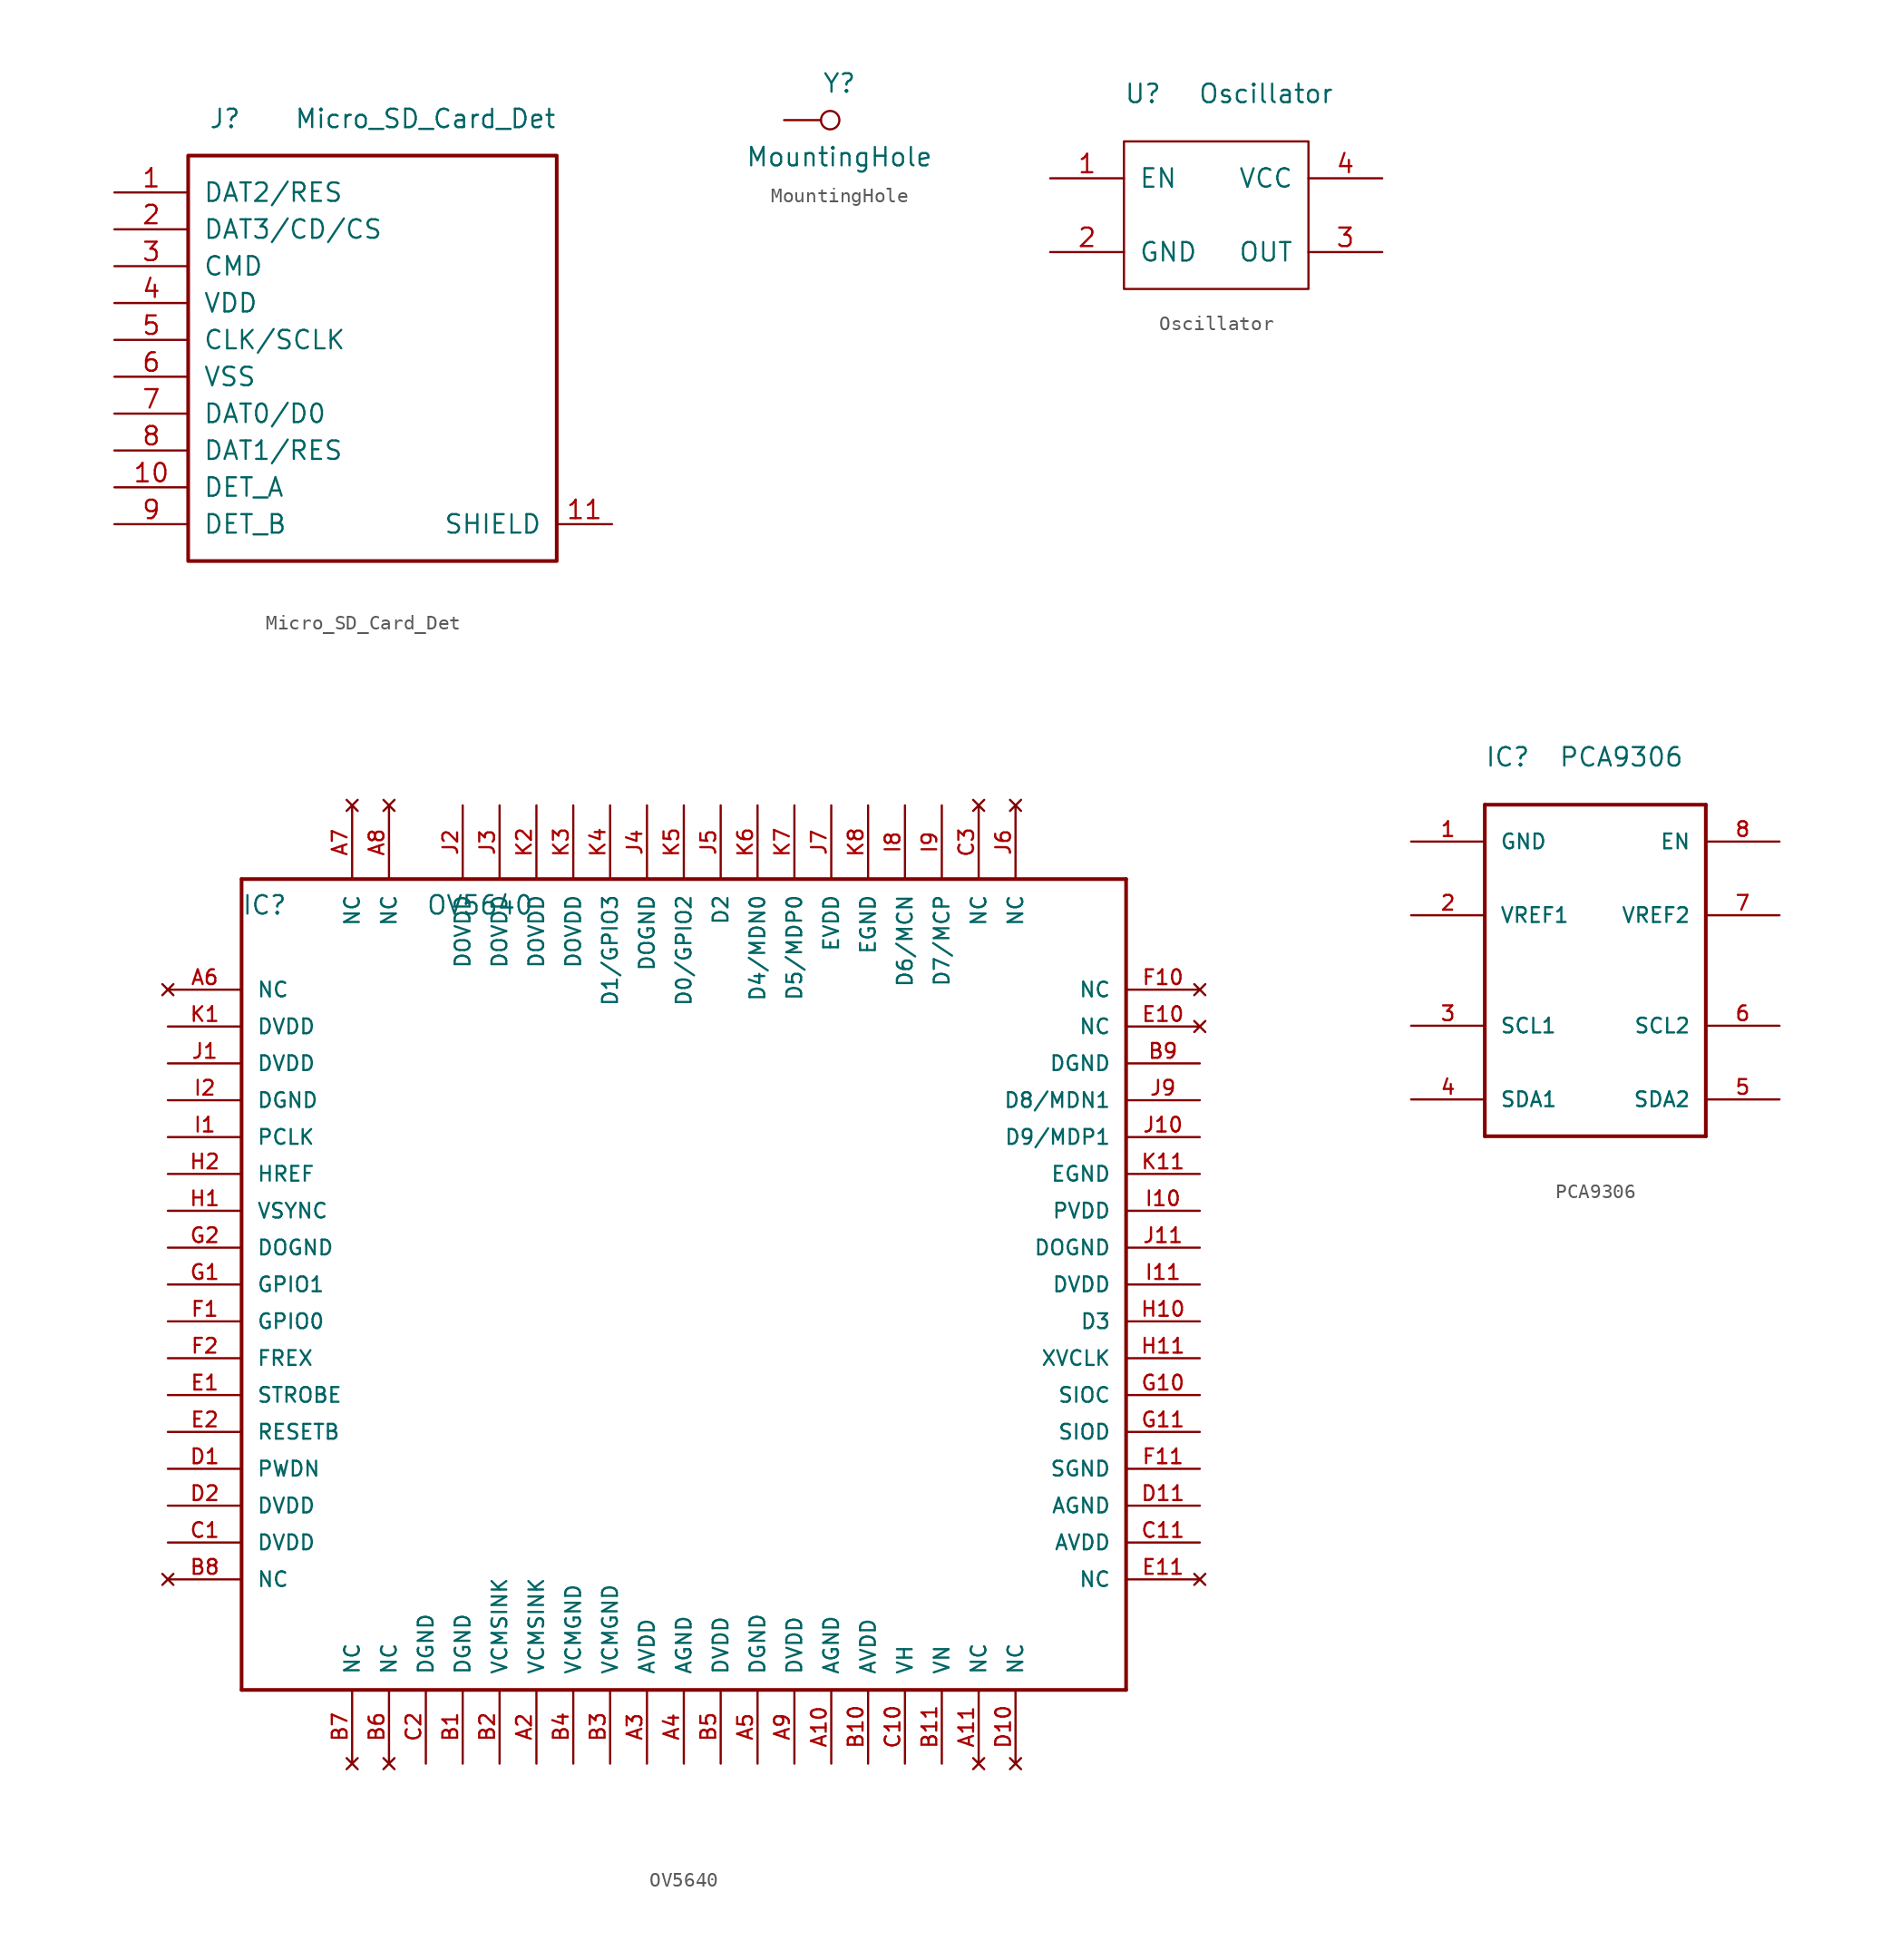
<source format=kicad_sym>
(kicad_symbol_lib
  (version 20220914)
  (generator kicad_symbol_editor)
  (symbol "Micro_SD_Card_Det"
    (pin_names
      (offset 1.016))
    (property "Reference" "J"
      (at 2.54 2.54 0)
      (effects (font (size 1.27 1.27))))
    (property "Value" "Micro_SD_Card_Det"
      (at 25.4 2.54 0)
      (effects (font (size 1.27 1.27)) (justify right)))
    (symbol "Micro_SD_Card_Det_0_1"
      (polyline (pts (xy 25.4 -27.94) (xy 25.4 0) (xy 0 0) (xy 0 -27.94) (xy 25.4 -27.94)) (stroke (width 0.254) (type solid)) (fill (type none))))
    (symbol "Micro_SD_Card_Det_1_1"
      (pin bidirectional line (at -5.08 -2.54 0) (length 5.08) (name "DAT2/RES" (effects (font (size 1.27 1.27)))) (number "1" (effects (font (size 1.27 1.27)))))
      (pin passive line (at -5.08 -22.86 0) (length 5.08) (name "DET_A" (effects (font (size 1.27 1.27)))) (number "10" (effects (font (size 1.27 1.27)))))
      (pin passive line (at 29.21 -25.4 180) (length 3.81) (name "SHIELD" (effects (font (size 1.27 1.27)))) (number "11" (effects (font (size 1.27 1.27)))))
      (pin bidirectional line (at -5.08 -5.08 0) (length 5.08) (name "DAT3/CD/CS" (effects (font (size 1.27 1.27)))) (number "2" (effects (font (size 1.27 1.27)))))
      (pin input line (at -5.08 -7.62 0) (length 5.08) (name "CMD" (effects (font (size 1.27 1.27)))) (number "3" (effects (font (size 1.27 1.27)))))
      (pin power_in line (at -5.08 -10.16 0) (length 5.08) (name "VDD" (effects (font (size 1.27 1.27)))) (number "4" (effects (font (size 1.27 1.27)))))
      (pin input line (at -5.08 -12.7 0) (length 5.08) (name "CLK/SCLK" (effects (font (size 1.27 1.27)))) (number "5" (effects (font (size 1.27 1.27)))))
      (pin power_in line (at -5.08 -15.24 0) (length 5.08) (name "VSS" (effects (font (size 1.27 1.27)))) (number "6" (effects (font (size 1.27 1.27)))))
      (pin bidirectional line (at -5.08 -17.78 0) (length 5.08) (name "DAT0/D0" (effects (font (size 1.27 1.27)))) (number "7" (effects (font (size 1.27 1.27)))))
      (pin bidirectional line (at -5.08 -20.32 0) (length 5.08) (name "DAT1/RES" (effects (font (size 1.27 1.27)))) (number "8" (effects (font (size 1.27 1.27)))))
      (pin passive line (at -5.08 -25.4 0) (length 5.08) (name "DET_B" (effects (font (size 1.27 1.27)))) (number "9" (effects (font (size 1.27 1.27)))))))
  (symbol "MountingHole"
    (pin_numbers hide)
    (pin_names
      (offset 1.016) hide)
    (property "Reference" "Y"
      (at 3.81 2.54 0)
      (effects (font (size 1.27 1.27))))
    (property "Value" "MountingHole"
      (at 3.81 -2.54 0)
      (effects (font (size 1.27 1.27))))
    (symbol "MountingHole_0_1"
      (circle (center 3.175 0) (radius 0.635) (stroke (width 0) (type solid)) (fill (type none))))
    (symbol "MountingHole_1_1"
      (pin passive line (at 0 0 0) (length 2.54) (name "~" (effects (font (size 1.27 1.27)))) (number "1" (effects (font (size 1.27 1.27)))))))
  (symbol "Oscillator"
    (pin_names
      (offset 1.016))
    (property "Reference" "U"
      (at 0 2.54 0)
      (effects (font (size 1.27 1.27)) (justify left bottom)))
    (property "Value" "Oscillator"
      (at 5.08 2.54 0)
      (effects (font (size 1.27 1.27)) (justify left bottom)))
    (symbol "Oscillator_1_1"
      (rectangle (start 0 0) (end 12.7 -10.16) (stroke (width 0) (type solid)) (fill (type none)))
      (pin input line (at -5.08 -2.54 0) (length 5.08) (name "EN" (effects (font (size 1.27 1.27)))) (number "1" (effects (font (size 1.27 1.27)))))
      (pin power_in line (at -5.08 -7.62 0) (length 5.08) (name "GND" (effects (font (size 1.27 1.27)))) (number "2" (effects (font (size 1.27 1.27)))))
      (pin output line (at 17.78 -7.62 180) (length 5.08) (name "OUT" (effects (font (size 1.27 1.27)))) (number "3" (effects (font (size 1.27 1.27)))))
      (pin power_in line (at 17.78 -2.54 180) (length 5.08) (name "VCC" (effects (font (size 1.27 1.27)))) (number "4" (effects (font (size 1.27 1.27)))))))
  (symbol "OV5640"
    (pin_names
      (offset 1.016))
    (property "Reference" "IC"
      (at 0 -2.54 0)
      (effects (font (size 1.27 1.27)) (justify left bottom)))
    (property "Value" "OV5640"
      (at 12.7 -2.54 0)
      (effects (font (size 1.27 1.27)) (justify left bottom)))
    (symbol "OV5640_1_0"
      (polyline (pts (xy 0 -55.88) (xy 0 0)) (stroke (width 0.254) (type solid)) (fill (type none)))
      (polyline (pts (xy 0 0) (xy 60.96 0)) (stroke (width 0.254) (type solid)) (fill (type none)))
      (polyline (pts (xy 60.96 -55.88) (xy 0 -55.88)) (stroke (width 0.254) (type solid)) (fill (type none)))
      (polyline (pts (xy 60.96 0) (xy 60.96 -55.88)) (stroke (width 0.254) (type solid)) (fill (type none)))
      (pin no_connect line (at 50.8 -60.96 90) (length 5.08) (name "NC" (effects (font (size 1.016 1.016)))) (number "A11" (effects (font (size 1.016 1.016)))))
      (pin power_in line (at 30.48 -60.96 90) (length 5.08) (name "AGND" (effects (font (size 1.016 1.016)))) (number "A4" (effects (font (size 1.016 1.016)))))
      (pin bidirectional line (at 17.78 -60.96 90) (length 5.08) (name "VCMSINK" (effects (font (size 1.016 1.016)))) (number "B2" (effects (font (size 1.016 1.016)))))
      (pin power_in line (at 45.72 -60.96 90) (length 5.08) (name "VH" (effects (font (size 1.016 1.016)))) (number "C10" (effects (font (size 1.016 1.016)))))
      (pin output line (at 66.04 -17.78 180) (length 5.08) (name "D9/MDP1" (effects (font (size 1.016 1.016)))) (number "J10" (effects (font (size 1.016 1.016)))))
      (pin power_in line (at 66.04 -25.4 180) (length 5.08) (name "DOGND" (effects (font (size 1.016 1.016)))) (number "J11" (effects (font (size 1.016 1.016)))))
      (pin power_in line (at 27.94 5.08 270) (length 5.08) (name "DOGND" (effects (font (size 1.016 1.016)))) (number "J4" (effects (font (size 1.016 1.016)))))
      (pin output line (at 66.04 -15.24 180) (length 5.08) (name "D8/MDN1" (effects (font (size 1.016 1.016)))) (number "J9" (effects (font (size 1.016 1.016)))))
      (pin power_in line (at 66.04 -20.32 180) (length 5.08) (name "EGND" (effects (font (size 1.016 1.016)))) (number "K11" (effects (font (size 1.016 1.016)))))
      (pin output line (at 25.4 5.08 270) (length 5.08) (name "D1/GPIO3" (effects (font (size 1.016 1.016)))) (number "K4" (effects (font (size 1.016 1.016)))))
      (pin power_in line (at 43.18 5.08 270) (length 5.08) (name "EGND" (effects (font (size 1.016 1.016)))) (number "K8" (effects (font (size 1.016 1.016))))))
    (symbol "OV5640_1_1"
      (pin power_in line (at 40.64 -60.96 90) (length 5.08) (name "AGND" (effects (font (size 1.016 1.016)))) (number "A10" (effects (font (size 1.016 1.016)))))
      (pin bidirectional line (at 20.32 -60.96 90) (length 5.08) (name "VCMSINK" (effects (font (size 1.016 1.016)))) (number "A2" (effects (font (size 1.016 1.016)))))
      (pin power_in line (at 27.94 -60.96 90) (length 5.08) (name "AVDD" (effects (font (size 1.016 1.016)))) (number "A3" (effects (font (size 1.016 1.016)))))
      (pin power_in line (at 35.56 -60.96 90) (length 5.08) (name "DGND" (effects (font (size 1.016 1.016)))) (number "A5" (effects (font (size 1.016 1.016)))))
      (pin no_connect line (at -5.08 -7.62 0) (length 5.08) (name "NC" (effects (font (size 1.016 1.016)))) (number "A6" (effects (font (size 1.016 1.016)))))
      (pin no_connect line (at 7.62 5.08 270) (length 5.08) (name "NC" (effects (font (size 1.016 1.016)))) (number "A7" (effects (font (size 1.016 1.016)))))
      (pin no_connect line (at 10.16 5.08 270) (length 5.08) (name "NC" (effects (font (size 1.016 1.016)))) (number "A8" (effects (font (size 1.016 1.016)))))
      (pin power_in line (at 38.1 -60.96 90) (length 5.08) (name "DVDD" (effects (font (size 1.016 1.016)))) (number "A9" (effects (font (size 1.016 1.016)))))
      (pin power_in line (at 15.24 -60.96 90) (length 5.08) (name "DGND" (effects (font (size 1.016 1.016)))) (number "B1" (effects (font (size 1.016 1.016)))))
      (pin power_in line (at 43.18 -60.96 90) (length 5.08) (name "AVDD" (effects (font (size 1.016 1.016)))) (number "B10" (effects (font (size 1.016 1.016)))))
      (pin power_in line (at 48.26 -60.96 90) (length 5.08) (name "VN" (effects (font (size 1.016 1.016)))) (number "B11" (effects (font (size 1.016 1.016)))))
      (pin bidirectional line (at 25.4 -60.96 90) (length 5.08) (name "VCMGND" (effects (font (size 1.016 1.016)))) (number "B3" (effects (font (size 1.016 1.016)))))
      (pin bidirectional line (at 22.86 -60.96 90) (length 5.08) (name "VCMGND" (effects (font (size 1.016 1.016)))) (number "B4" (effects (font (size 1.016 1.016)))))
      (pin power_in line (at 33.02 -60.96 90) (length 5.08) (name "DVDD" (effects (font (size 1.016 1.016)))) (number "B5" (effects (font (size 1.016 1.016)))))
      (pin no_connect line (at 10.16 -60.96 90) (length 5.08) (name "NC" (effects (font (size 1.016 1.016)))) (number "B6" (effects (font (size 1.016 1.016)))))
      (pin no_connect line (at 7.62 -60.96 90) (length 5.08) (name "NC" (effects (font (size 1.016 1.016)))) (number "B7" (effects (font (size 1.016 1.016)))))
      (pin no_connect line (at -5.08 -48.26 0) (length 5.08) (name "NC" (effects (font (size 1.016 1.016)))) (number "B8" (effects (font (size 1.016 1.016)))))
      (pin power_in line (at 66.04 -12.7 180) (length 5.08) (name "DGND" (effects (font (size 1.016 1.016)))) (number "B9" (effects (font (size 1.016 1.016)))))
      (pin power_in line (at -5.08 -45.72 0) (length 5.08) (name "DVDD" (effects (font (size 1.016 1.016)))) (number "C1" (effects (font (size 1.016 1.016)))))
      (pin power_in line (at 66.04 -45.72 180) (length 5.08) (name "AVDD" (effects (font (size 1.016 1.016)))) (number "C11" (effects (font (size 1.016 1.016)))))
      (pin power_in line (at 12.7 -60.96 90) (length 5.08) (name "DGND" (effects (font (size 1.016 1.016)))) (number "C2" (effects (font (size 1.016 1.016)))))
      (pin no_connect line (at 50.8 5.08 270) (length 5.08) (name "NC" (effects (font (size 1.016 1.016)))) (number "C3" (effects (font (size 1.016 1.016)))))
      (pin input line (at -5.08 -40.64 0) (length 5.08) (name "PWDN" (effects (font (size 1.016 1.016)))) (number "D1" (effects (font (size 1.016 1.016)))))
      (pin no_connect line (at 53.34 -60.96 90) (length 5.08) (name "NC" (effects (font (size 1.016 1.016)))) (number "D10" (effects (font (size 1.016 1.016)))))
      (pin power_in line (at 66.04 -43.18 180) (length 5.08) (name "AGND" (effects (font (size 1.016 1.016)))) (number "D11" (effects (font (size 1.016 1.016)))))
      (pin power_in line (at -5.08 -43.18 0) (length 5.08) (name "DVDD" (effects (font (size 1.016 1.016)))) (number "D2" (effects (font (size 1.016 1.016)))))
      (pin output line (at -5.08 -35.56 0) (length 5.08) (name "STROBE" (effects (font (size 1.016 1.016)))) (number "E1" (effects (font (size 1.016 1.016)))))
      (pin no_connect line (at 66.04 -10.16 180) (length 5.08) (name "NC" (effects (font (size 1.016 1.016)))) (number "E10" (effects (font (size 1.016 1.016)))))
      (pin no_connect line (at 66.04 -48.26 180) (length 5.08) (name "NC" (effects (font (size 1.016 1.016)))) (number "E11" (effects (font (size 1.016 1.016)))))
      (pin input line (at -5.08 -38.1 0) (length 5.08) (name "RESETB" (effects (font (size 1.016 1.016)))) (number "E2" (effects (font (size 1.016 1.016)))))
      (pin bidirectional line (at -5.08 -30.48 0) (length 5.08) (name "GPIO0" (effects (font (size 1.016 1.016)))) (number "F1" (effects (font (size 1.016 1.016)))))
      (pin no_connect line (at 66.04 -7.62 180) (length 5.08) (name "NC" (effects (font (size 1.016 1.016)))) (number "F10" (effects (font (size 1.016 1.016)))))
      (pin power_in line (at 66.04 -40.64 180) (length 5.08) (name "SGND" (effects (font (size 1.016 1.016)))) (number "F11" (effects (font (size 1.016 1.016)))))
      (pin bidirectional line (at -5.08 -33.02 0) (length 5.08) (name "FREX" (effects (font (size 1.016 1.016)))) (number "F2" (effects (font (size 1.016 1.016)))))
      (pin bidirectional line (at -5.08 -27.94 0) (length 5.08) (name "GPIO1" (effects (font (size 1.016 1.016)))) (number "G1" (effects (font (size 1.016 1.016)))))
      (pin input line (at 66.04 -35.56 180) (length 5.08) (name "SIOC" (effects (font (size 1.016 1.016)))) (number "G10" (effects (font (size 1.016 1.016)))))
      (pin bidirectional line (at 66.04 -38.1 180) (length 5.08) (name "SIOD" (effects (font (size 1.016 1.016)))) (number "G11" (effects (font (size 1.016 1.016)))))
      (pin power_in line (at -5.08 -25.4 0) (length 5.08) (name "DOGND" (effects (font (size 1.016 1.016)))) (number "G2" (effects (font (size 1.016 1.016)))))
      (pin output line (at -5.08 -22.86 0) (length 5.08) (name "VSYNC" (effects (font (size 1.016 1.016)))) (number "H1" (effects (font (size 1.016 1.016)))))
      (pin output line (at 66.04 -30.48 180) (length 5.08) (name "D3" (effects (font (size 1.016 1.016)))) (number "H10" (effects (font (size 1.016 1.016)))))
      (pin input line (at 66.04 -33.02 180) (length 5.08) (name "XVCLK" (effects (font (size 1.016 1.016)))) (number "H11" (effects (font (size 1.016 1.016)))))
      (pin output line (at -5.08 -20.32 0) (length 5.08) (name "HREF" (effects (font (size 1.016 1.016)))) (number "H2" (effects (font (size 1.016 1.016)))))
      (pin output line (at -5.08 -17.78 0) (length 5.08) (name "PCLK" (effects (font (size 1.016 1.016)))) (number "I1" (effects (font (size 1.016 1.016)))))
      (pin power_in line (at 66.04 -22.86 180) (length 5.08) (name "PVDD" (effects (font (size 1.016 1.016)))) (number "I10" (effects (font (size 1.016 1.016)))))
      (pin power_in line (at 66.04 -27.94 180) (length 5.08) (name "DVDD" (effects (font (size 1.016 1.016)))) (number "I11" (effects (font (size 1.016 1.016)))))
      (pin power_in line (at -5.08 -15.24 0) (length 5.08) (name "DGND" (effects (font (size 1.016 1.016)))) (number "I2" (effects (font (size 1.016 1.016)))))
      (pin output line (at 45.72 5.08 270) (length 5.08) (name "D6/MCN" (effects (font (size 1.016 1.016)))) (number "I8" (effects (font (size 1.016 1.016)))))
      (pin output line (at 48.26 5.08 270) (length 5.08) (name "D7/MCP" (effects (font (size 1.016 1.016)))) (number "I9" (effects (font (size 1.016 1.016)))))
      (pin power_in line (at -5.08 -12.7 0) (length 5.08) (name "DVDD" (effects (font (size 1.016 1.016)))) (number "J1" (effects (font (size 1.016 1.016)))))
      (pin power_in line (at 15.24 5.08 270) (length 5.08) (name "DOVDD" (effects (font (size 1.016 1.016)))) (number "J2" (effects (font (size 1.016 1.016)))))
      (pin power_in line (at 17.78 5.08 270) (length 5.08) (name "DOVDD" (effects (font (size 1.016 1.016)))) (number "J3" (effects (font (size 1.016 1.016)))))
      (pin output line (at 33.02 5.08 270) (length 5.08) (name "D2" (effects (font (size 1.016 1.016)))) (number "J5" (effects (font (size 1.016 1.016)))))
      (pin no_connect line (at 53.34 5.08 270) (length 5.08) (name "NC" (effects (font (size 1.016 1.016)))) (number "J6" (effects (font (size 1.016 1.016)))))
      (pin power_in line (at 40.64 5.08 270) (length 5.08) (name "EVDD" (effects (font (size 1.016 1.016)))) (number "J7" (effects (font (size 1.016 1.016)))))
      (pin power_in line (at -5.08 -10.16 0) (length 5.08) (name "DVDD" (effects (font (size 1.016 1.016)))) (number "K1" (effects (font (size 1.016 1.016)))))
      (pin power_in line (at 20.32 5.08 270) (length 5.08) (name "DOVDD" (effects (font (size 1.016 1.016)))) (number "K2" (effects (font (size 1.016 1.016)))))
      (pin power_in line (at 22.86 5.08 270) (length 5.08) (name "DOVDD" (effects (font (size 1.016 1.016)))) (number "K3" (effects (font (size 1.016 1.016)))))
      (pin output line (at 30.48 5.08 270) (length 5.08) (name "D0/GPIO2" (effects (font (size 1.016 1.016)))) (number "K5" (effects (font (size 1.016 1.016)))))
      (pin output line (at 35.56 5.08 270) (length 5.08) (name "D4/MDN0" (effects (font (size 1.016 1.016)))) (number "K6" (effects (font (size 1.016 1.016)))))
      (pin output line (at 38.1 5.08 270) (length 5.08) (name "D5/MDP0" (effects (font (size 1.016 1.016)))) (number "K7" (effects (font (size 1.016 1.016)))))))
  (symbol "PCA9306"
    (pin_names
      (offset 1.016))
    (property "Reference" "IC"
      (at 0 2.54 0)
      (effects (font (size 1.27 1.27)) (justify left bottom)))
    (property "Value" "PCA9306"
      (at 5.08 2.54 0)
      (effects (font (size 1.27 1.27)) (justify left bottom)))
    (symbol "PCA9306_1_1"
      (polyline (pts (xy 0 -22.86) (xy 0 0)) (stroke (width 0.254) (type solid)) (fill (type none)))
      (polyline (pts (xy 0 -22.86) (xy 15.24 -22.86)) (stroke (width 0.254) (type solid)) (fill (type none)))
      (polyline (pts (xy 0 0) (xy 15.24 0)) (stroke (width 0.254) (type solid)) (fill (type none)))
      (polyline (pts (xy 15.24 0) (xy 15.24 -22.86)) (stroke (width 0.254) (type solid)) (fill (type none)))
      (pin power_in line (at -5.08 -2.54 0) (length 5.08) (name "GND" (effects (font (size 1.016 1.016)))) (number "1" (effects (font (size 1.016 1.016)))))
      (pin power_in line (at -5.08 -7.62 0) (length 5.08) (name "VREF1" (effects (font (size 1.016 1.016)))) (number "2" (effects (font (size 1.016 1.016)))))
      (pin bidirectional line (at -5.08 -15.24 0) (length 5.08) (name "SCL1" (effects (font (size 1.016 1.016)))) (number "3" (effects (font (size 1.016 1.016)))))
      (pin bidirectional line (at -5.08 -20.32 0) (length 5.08) (name "SDA1" (effects (font (size 1.016 1.016)))) (number "4" (effects (font (size 1.016 1.016)))))
      (pin bidirectional line (at 20.32 -20.32 180) (length 5.08) (name "SDA2" (effects (font (size 1.016 1.016)))) (number "5" (effects (font (size 1.016 1.016)))))
      (pin bidirectional line (at 20.32 -15.24 180) (length 5.08) (name "SCL2" (effects (font (size 1.016 1.016)))) (number "6" (effects (font (size 1.016 1.016)))))
      (pin passive line (at 20.32 -7.62 180) (length 5.08) (name "VREF2" (effects (font (size 1.016 1.016)))) (number "7" (effects (font (size 1.016 1.016)))))
      (pin input line (at 20.32 -2.54 180) (length 5.08) (name "EN" (effects (font (size 1.016 1.016)))) (number "8" (effects (font (size 1.016 1.016))))))))
</source>
